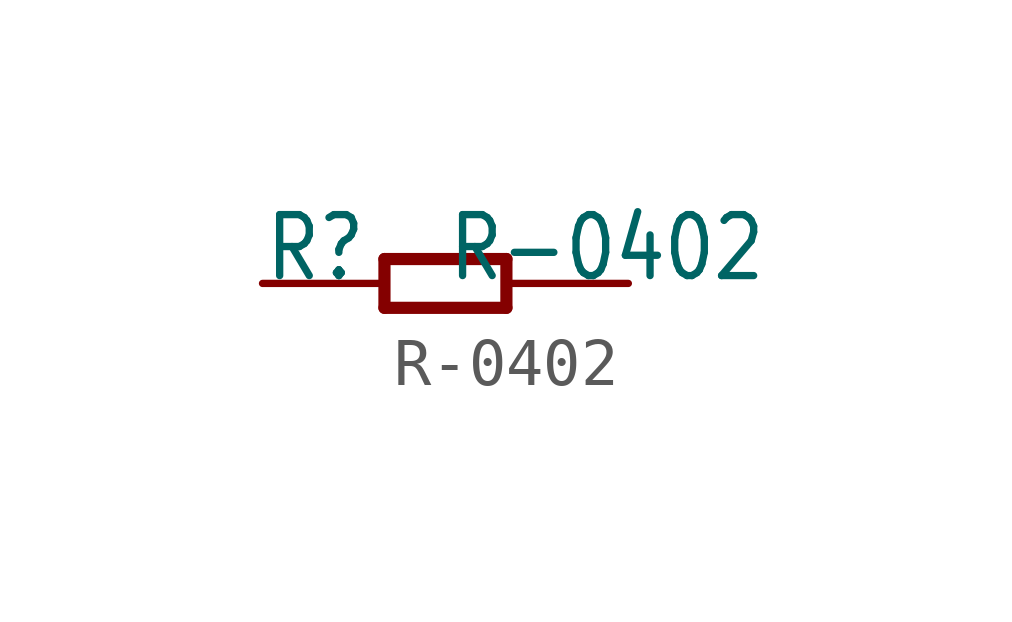
<source format=kicad_sym>
(kicad_symbol_lib
  (version 20211014)
  (generator kicad_symbol_editor)
  (symbol "R-0402"
    (property "Reference" "R"
      (at -3.81 0 0)
      (effects (font (size 1.27 1.079)) (justify left bottom)))
    (property "Value" "R-0402"
      (at 0 0 0)
      (effects (font (size 1.27 1.079)) (justify left bottom)))
    (property "ki_locked" ""
      (at 0 0 0)
      (effects (font (size 1.27 1.27))))
    (symbol "R-0402_1_0"
      (polyline (pts (xy -1.27 -0.508) (xy -1.27 0.508)) (stroke (width 0.254) (type default) (color 0 0 0 0)) (fill (type none)))
      (polyline (pts (xy -1.27 0.508) (xy 1.27 0.508)) (stroke (width 0.254) (type default) (color 0 0 0 0)) (fill (type none)))
      (polyline (pts (xy 1.27 -0.508) (xy -1.27 -0.508)) (stroke (width 0.254) (type default) (color 0 0 0 0)) (fill (type none)))
      (polyline (pts (xy 1.27 0.508) (xy 1.27 -0.508)) (stroke (width 0.254) (type default) (color 0 0 0 0)) (fill (type none)))
      (pin passive line (at -3.81 0 0) (length 2.54) (name "1" (effects (font (size 0 0)))) (number "1" (effects (font (size 0 0)))))
      (pin passive line (at 3.81 0 180) (length 2.54) (name "2" (effects (font (size 0 0)))) (number "2" (effects (font (size 0 0))))))))
</source>
